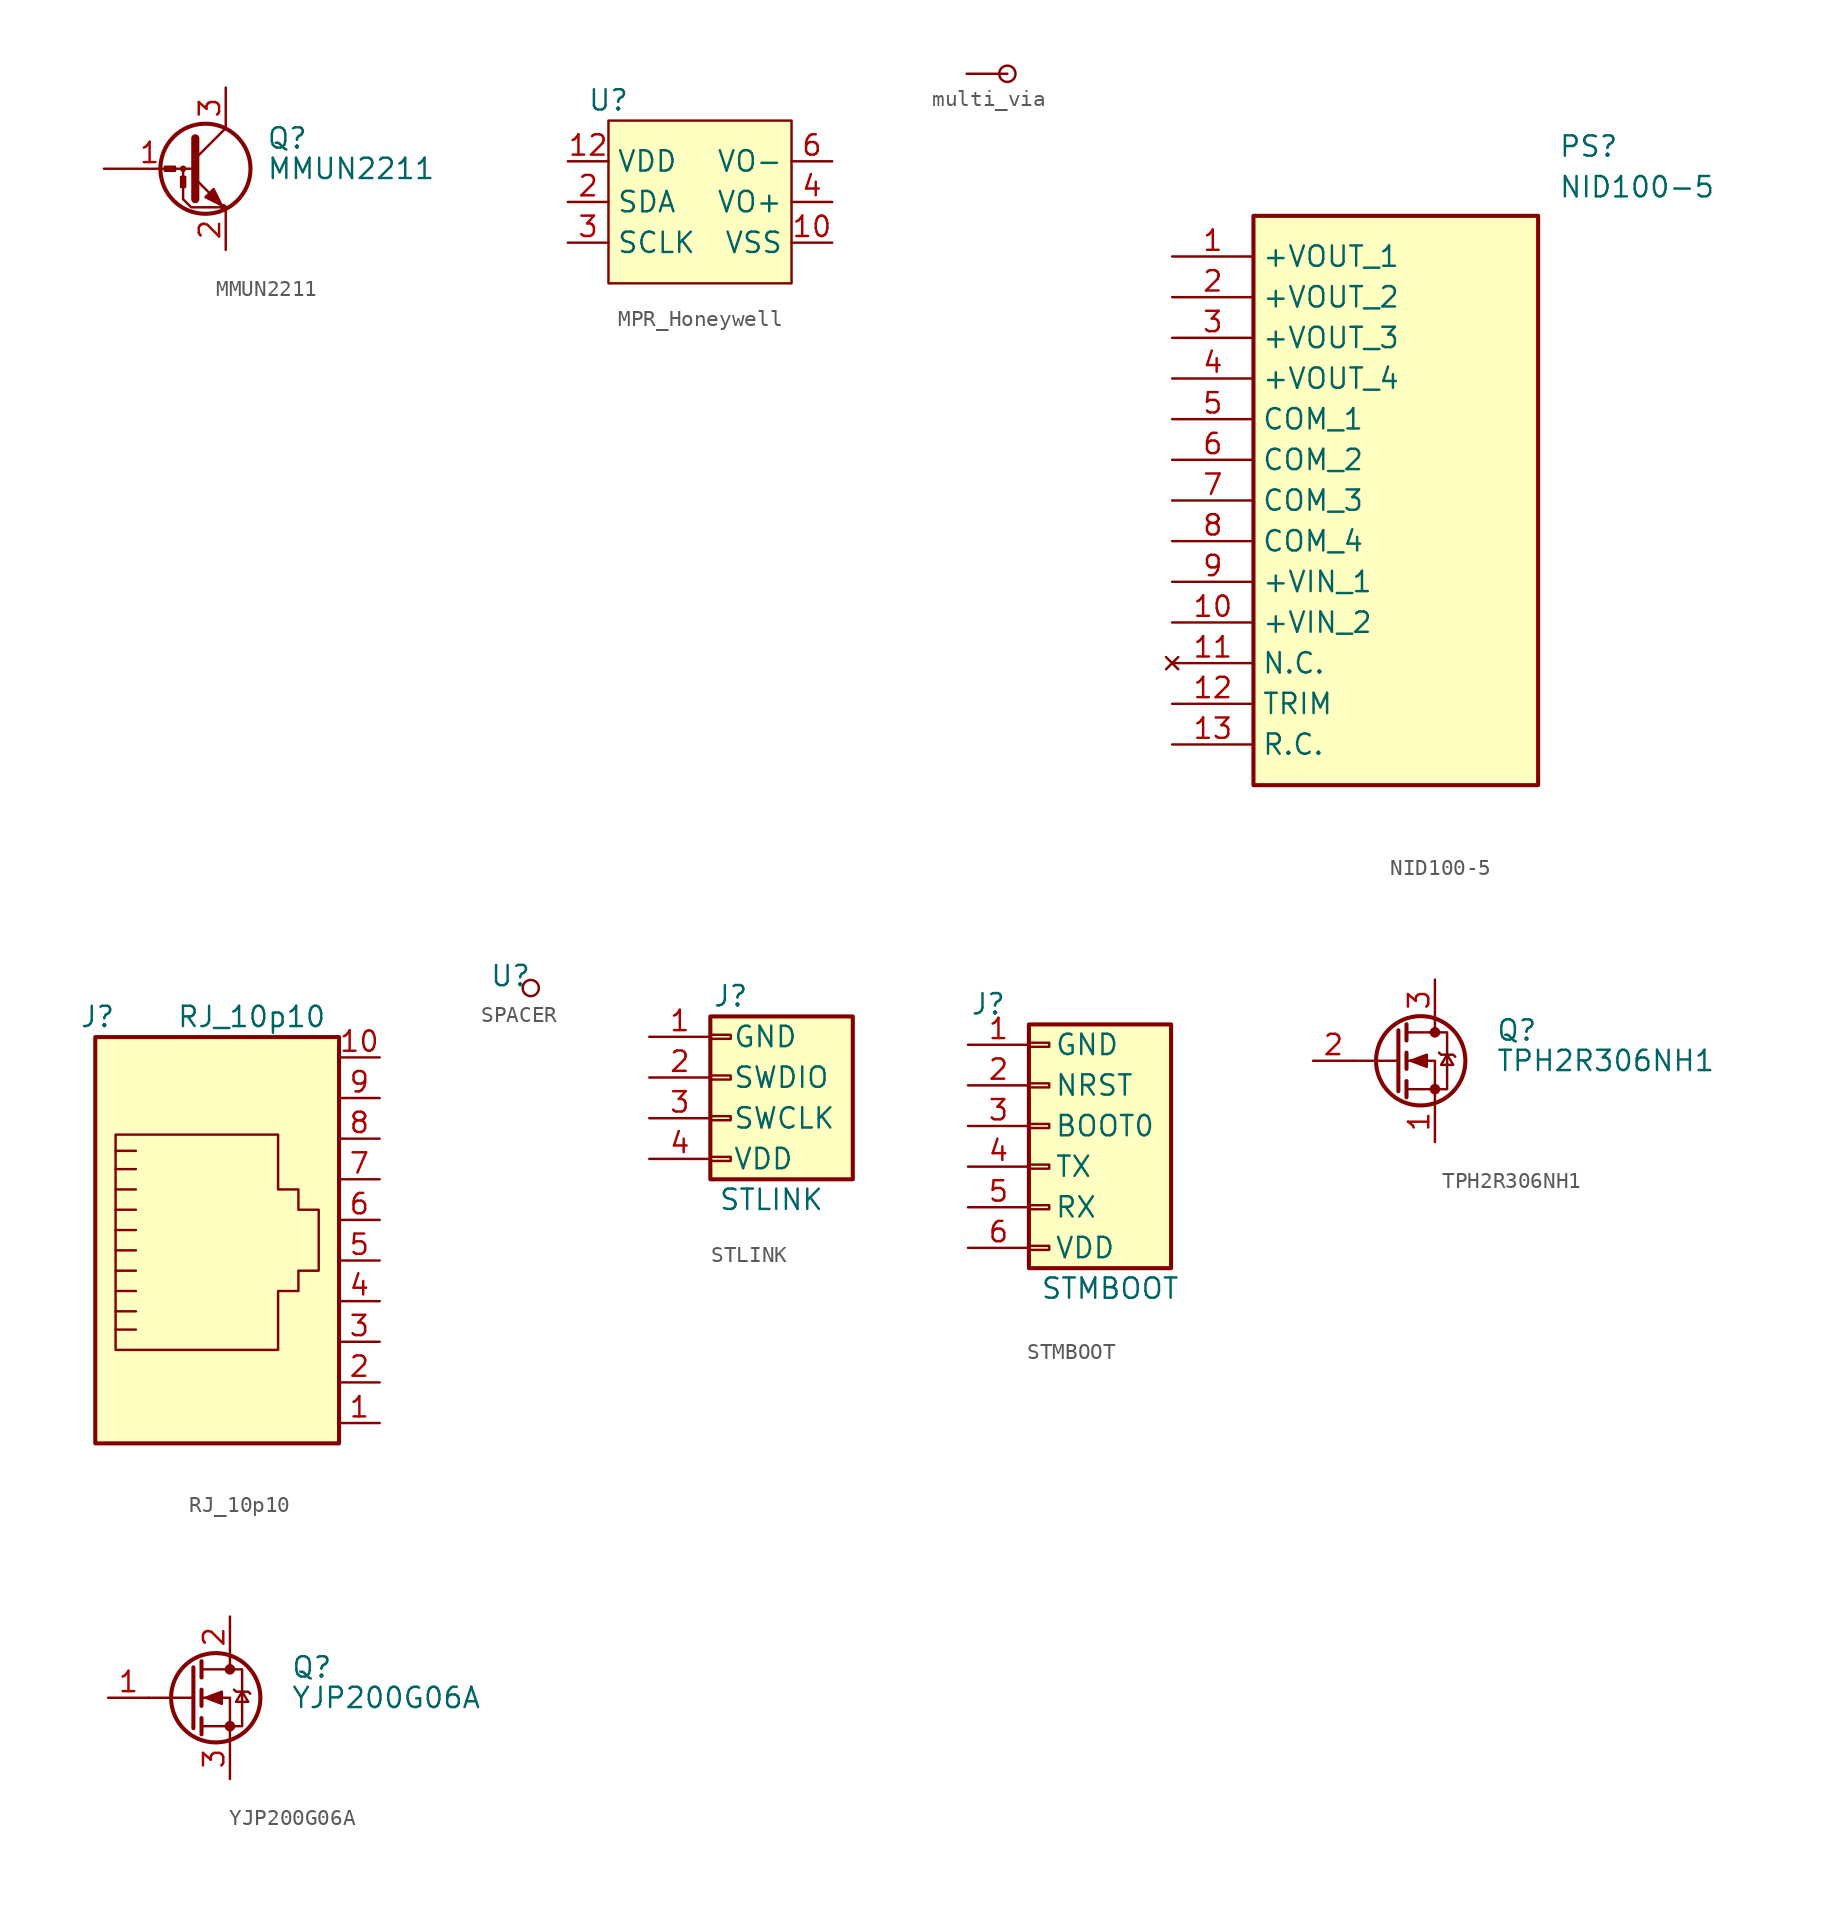
<source format=kicad_sym>
(kicad_symbol_lib
  (version 20231120)
  (generator "kicad_symbol_editor")
  (generator_version "8.0")
  (symbol "MMUN2211"
    (pin_names
      (offset 0) hide)
    (property "Reference" "Q"
      (at 5.08 1.905 0)
      (effects (font (size 1.27 1.27)) (justify left)))
    (property "Value" "MMUN2211"
      (at 5.08 0 0)
      (effects (font (size 1.27 1.27)) (justify left)))
    (symbol "MMUN2211_0_1"
      (circle (center -0.127 0) (radius 0.127) (stroke (width 0) (type default)) (fill (type none)))
      (polyline (pts (xy -0.127 -1.016) (xy -0.127 -0.635)) (stroke (width 0) (type default)) (fill (type none)))
      (polyline (pts (xy 0.635 0.635) (xy 2.54 2.54)) (stroke (width 0) (type default)) (fill (type none)))
      (polyline (pts (xy 0.635 -0.635) (xy 2.54 -2.54) (xy 2.54 -2.54)) (stroke (width 0) (type default)) (fill (type none)))
      (polyline (pts (xy 0.635 1.905) (xy 0.635 -1.905) (xy 0.635 -1.905)) (stroke (width 0.508) (type default)) (fill (type none)))
      (polyline (pts (xy -0.127 -1.143) (xy -0.127 -1.905) (xy 0.381 -2.413) (xy 2.413 -2.413)) (stroke (width 0) (type default)) (fill (type none)))
      (polyline (pts (xy 1.27 -1.778) (xy 1.778 -1.27) (xy 2.286 -2.286) (xy 1.27 -1.778) (xy 1.27 -1.778)) (stroke (width 0) (type default)) (fill (type outline)))
      (polyline (pts (xy -1.27 0) (xy -1.27 0.127) (xy -0.635 0.127) (xy -0.635 -0.127) (xy -1.27 -0.127) (xy -1.27 0)) (stroke (width 0) (type default)) (fill (type none)))
      (polyline (pts (xy -0.127 0) (xy -0.127 -0.508) (xy -0.254 -0.508) (xy -0.254 -1.143) (xy 0 -1.143) (xy 0 -0.508) (xy -0.127 -0.508)) (stroke (width 0) (type default)) (fill (type none)))
      (circle (center 1.27 0) (radius 2.819) (stroke (width 0.254) (type default)) (fill (type none)))
      (circle (center 2.413 -2.413) (radius 0.127) (stroke (width 0) (type default)) (fill (type none))))
    (symbol "MMUN2211_1_1"
      (pin input line (at -5.08 0 0) (length 5.715) (name "B" (effects (font (size 1.27 1.27)))) (number "1" (effects (font (size 1.27 1.27)))))
      (pin passive line (at 2.54 -5.08 90) (length 2.54) (name "E" (effects (font (size 1.27 1.27)))) (number "2" (effects (font (size 1.27 1.27)))))
      (pin passive line (at 2.54 5.08 270) (length 2.54) (name "C" (effects (font (size 1.27 1.27)))) (number "3" (effects (font (size 1.27 1.27)))))))
  (symbol "MPR_Honeywell"
    (property "Reference" "U"
      (at -6.35 6.35 0)
      (effects (font (size 1.27 1.27))))
    (property "Value" ""
      (at 0 0 0)
      (effects (font (size 1.27 1.27))))
    (symbol "MPR_Honeywell_1_1"
      (rectangle (start -6.35 5.08) (end 5.08 -5.08) (stroke (width 0) (type default)) (fill (type background)))
      (pin bidirectional line (at 7.62 -2.54 180) (length 2.54) (name "VSS" (effects (font (size 1.27 1.27)))) (number "10" (effects (font (size 1.27 1.27)))))
      (pin bidirectional line (at -8.89 2.54 0) (length 2.54) (name "VDD" (effects (font (size 1.27 1.27)))) (number "12" (effects (font (size 1.27 1.27)))))
      (pin bidirectional line (at -8.89 0 0) (length 2.54) (name "SDA" (effects (font (size 1.27 1.27)))) (number "2" (effects (font (size 1.27 1.27)))))
      (pin bidirectional line (at -8.89 -2.54 0) (length 2.54) (name "SCLK" (effects (font (size 1.27 1.27)))) (number "3" (effects (font (size 1.27 1.27)))))
      (pin bidirectional line (at 7.62 0 180) (length 2.54) (name "VO+" (effects (font (size 1.27 1.27)))) (number "4" (effects (font (size 1.27 1.27)))))
      (pin bidirectional line (at 7.62 2.54 180) (length 2.54) (name "VO-" (effects (font (size 1.27 1.27)))) (number "6" (effects (font (size 1.27 1.27)))))))
  (symbol "multi_via"
    (pin_numbers hide)
    (pin_names hide)
    (property "Reference" "U"
      (at 0 1.778 0)
      (effects (font (size 1.27 1.27)) (hide yes)))
    (symbol "multi_via_0_1"
      (circle (center 0 0) (radius 0.508) (stroke (width 0) (type default)) (fill (type none))))
    (symbol "multi_via_1_1"
      (pin passive line (at -2.54 0 0) (length 2.54) (name "1" (effects (font (size 1.27 1.27)))) (number "1" (effects (font (size 1.27 1.27)))))))
  (symbol "NID100-5"
    (property "Reference" "PS"
      (at 24.13 7.62 0)
      (effects (font (size 1.27 1.27)) (justify left top)))
    (property "Value" "NID100-5"
      (at 24.13 5.08 0)
      (effects (font (size 1.27 1.27)) (justify left top)))
    (symbol "NID100-5_1_1"
      (rectangle (start 5.08 2.54) (end 22.86 -33.02) (stroke (width 0.254) (type default)) (fill (type background)))
      (pin passive line (at 0 0 0) (length 5.08) (name "+VOUT_1" (effects (font (size 1.27 1.27)))) (number "1" (effects (font (size 1.27 1.27)))))
      (pin passive line (at 0 -22.86 0) (length 5.08) (name "+VIN_2" (effects (font (size 1.27 1.27)))) (number "10" (effects (font (size 1.27 1.27)))))
      (pin no_connect line (at 0 -25.4 0) (length 5.08) (name "N.C." (effects (font (size 1.27 1.27)))) (number "11" (effects (font (size 1.27 1.27)))))
      (pin passive line (at 0 -27.94 0) (length 5.08) (name "TRIM" (effects (font (size 1.27 1.27)))) (number "12" (effects (font (size 1.27 1.27)))))
      (pin passive line (at 0 -30.48 0) (length 5.08) (name "R.C." (effects (font (size 1.27 1.27)))) (number "13" (effects (font (size 1.27 1.27)))))
      (pin passive line (at 0 -2.54 0) (length 5.08) (name "+VOUT_2" (effects (font (size 1.27 1.27)))) (number "2" (effects (font (size 1.27 1.27)))))
      (pin passive line (at 0 -5.08 0) (length 5.08) (name "+VOUT_3" (effects (font (size 1.27 1.27)))) (number "3" (effects (font (size 1.27 1.27)))))
      (pin passive line (at 0 -7.62 0) (length 5.08) (name "+VOUT_4" (effects (font (size 1.27 1.27)))) (number "4" (effects (font (size 1.27 1.27)))))
      (pin passive line (at 0 -10.16 0) (length 5.08) (name "COM_1" (effects (font (size 1.27 1.27)))) (number "5" (effects (font (size 1.27 1.27)))))
      (pin passive line (at 0 -12.7 0) (length 5.08) (name "COM_2" (effects (font (size 1.27 1.27)))) (number "6" (effects (font (size 1.27 1.27)))))
      (pin passive line (at 0 -15.24 0) (length 5.08) (name "COM_3" (effects (font (size 1.27 1.27)))) (number "7" (effects (font (size 1.27 1.27)))))
      (pin passive line (at 0 -17.78 0) (length 5.08) (name "COM_4" (effects (font (size 1.27 1.27)))) (number "8" (effects (font (size 1.27 1.27)))))
      (pin passive line (at 0 -20.32 0) (length 5.08) (name "+VIN_1" (effects (font (size 1.27 1.27)))) (number "9" (effects (font (size 1.27 1.27)))))))
  (symbol "RJ_10p10"
    (pin_names
      (offset 1.016))
    (property "Reference" "J"
      (at -6.35 15.24 0)
      (effects (font (size 1.27 1.27)) (justify right)))
    (property "Value" "RJ_10p10"
      (at -2.54 15.24 0)
      (effects (font (size 1.27 1.27)) (justify left)))
    (symbol "RJ_10p10_0_1"
      (rectangle (start -7.62 13.97) (end 7.62 -11.43) (stroke (width 0.254) (type default)) (fill (type background)))
      (polyline (pts (xy -5.08 -4.318) (xy -6.35 -4.318)) (stroke (width 0) (type default)) (fill (type none)))
      (polyline (pts (xy -5.08 4.445) (xy -6.35 4.445)) (stroke (width 0) (type default)) (fill (type none)))
      (polyline (pts (xy -5.08 5.715) (xy -6.35 5.715)) (stroke (width 0) (type default)) (fill (type none)))
      (polyline (pts (xy -5.08 6.858) (xy -6.35 6.858)) (stroke (width 0) (type default)) (fill (type none)))
      (polyline (pts (xy -6.35 -3.175) (xy -5.08 -3.175) (xy -5.08 -3.175)) (stroke (width 0) (type default)) (fill (type none)))
      (polyline (pts (xy -6.35 -1.905) (xy -5.08 -1.905) (xy -5.08 -1.905)) (stroke (width 0) (type default)) (fill (type none)))
      (polyline (pts (xy -6.35 -0.635) (xy -5.08 -0.635) (xy -5.08 -0.635)) (stroke (width 0) (type default)) (fill (type none)))
      (polyline (pts (xy -6.35 0.635) (xy -5.08 0.635) (xy -5.08 0.635)) (stroke (width 0) (type default)) (fill (type none)))
      (polyline (pts (xy -6.35 1.905) (xy -5.08 1.905) (xy -5.08 1.905)) (stroke (width 0) (type default)) (fill (type none)))
      (polyline (pts (xy -5.08 3.175) (xy -6.35 3.175) (xy -6.35 3.175)) (stroke (width 0) (type default)) (fill (type none)))
      (polyline (pts (xy -6.35 -5.588) (xy -6.35 7.874) (xy 3.81 7.874) (xy 3.81 4.445) (xy 5.08 4.445) (xy 5.08 3.175) (xy 6.35 3.175) (xy 6.35 -0.635) (xy 5.08 -0.635) (xy 5.08 -1.905) (xy 3.81 -1.905) (xy 3.81 -5.588) (xy -6.35 -5.588) (xy -6.35 -5.588)) (stroke (width 0) (type default)) (fill (type none))))
    (symbol "RJ_10p10_1_1"
      (pin passive line (at 10.16 -10.16 180) (length 2.54) (name "~" (effects (font (size 1.27 1.27)))) (number "1" (effects (font (size 1.27 1.27)))))
      (pin passive line (at 10.16 12.7 180) (length 2.54) (name "~" (effects (font (size 1.27 1.27)))) (number "10" (effects (font (size 1.27 1.27)))))
      (pin passive line (at 10.16 -7.62 180) (length 2.54) (name "~" (effects (font (size 1.27 1.27)))) (number "2" (effects (font (size 1.27 1.27)))))
      (pin passive line (at 10.16 -5.08 180) (length 2.54) (name "~" (effects (font (size 1.27 1.27)))) (number "3" (effects (font (size 1.27 1.27)))))
      (pin passive line (at 10.16 -2.54 180) (length 2.54) (name "~" (effects (font (size 1.27 1.27)))) (number "4" (effects (font (size 1.27 1.27)))))
      (pin passive line (at 10.16 0 180) (length 2.54) (name "~" (effects (font (size 1.27 1.27)))) (number "5" (effects (font (size 1.27 1.27)))))
      (pin passive line (at 10.16 2.54 180) (length 2.54) (name "~" (effects (font (size 1.27 1.27)))) (number "6" (effects (font (size 1.27 1.27)))))
      (pin passive line (at 10.16 5.08 180) (length 2.54) (name "~" (effects (font (size 1.27 1.27)))) (number "7" (effects (font (size 1.27 1.27)))))
      (pin passive line (at 10.16 7.62 180) (length 2.54) (name "~" (effects (font (size 1.27 1.27)))) (number "8" (effects (font (size 1.27 1.27)))))
      (pin passive line (at 10.16 10.16 180) (length 2.54) (name "~" (effects (font (size 1.27 1.27)))) (number "9" (effects (font (size 1.27 1.27)))))))
  (symbol "SPACER"
    (property "Reference" "U"
      (at -1.27 0.762 0)
      (effects (font (size 1.27 1.27))))
    (property "Value" ""
      (at 0 0 0)
      (effects (font (size 1.27 1.27))))
    (symbol "SPACER_0_1"
      (circle (center 0 0) (radius 0.508) (stroke (width 0) (type default)) (fill (type none)))))
  (symbol "STLINK"
    (pin_names
      (offset 1.4))
    (property "Reference" "J"
      (at -3.81 6.35 0)
      (effects (font (size 1.27 1.27))))
    (property "Value" "STLINK"
      (at -1.27 -6.35 0)
      (effects (font (size 1.27 1.27))))
    (symbol "STLINK_1_1"
      (rectangle (start -5.08 -3.683) (end -3.81 -3.937) (stroke (width 0.152) (type default)) (fill (type none)))
      (rectangle (start -5.08 -1.143) (end -3.81 -1.397) (stroke (width 0.152) (type default)) (fill (type none)))
      (rectangle (start -5.08 1.397) (end -3.81 1.143) (stroke (width 0.152) (type default)) (fill (type none)))
      (rectangle (start -5.08 3.937) (end -3.81 3.683) (stroke (width 0.152) (type default)) (fill (type none)))
      (rectangle (start -5.08 5.08) (end 3.81 -5.08) (stroke (width 0.254) (type default)) (fill (type background)))
      (pin input line (at -8.89 3.81 0) (length 3.81) (name "GND" (effects (font (size 1.27 1.27)))) (number "1" (effects (font (size 1.27 1.27)))))
      (pin bidirectional line (at -8.89 1.27 0) (length 3.81) (name "SWDIO" (effects (font (size 1.27 1.27)))) (number "2" (effects (font (size 1.27 1.27)))))
      (pin bidirectional line (at -8.89 -1.27 0) (length 3.81) (name "SWCLK" (effects (font (size 1.27 1.27)))) (number "3" (effects (font (size 1.27 1.27)))))
      (pin power_in line (at -8.89 -3.81 0) (length 3.81) (name "VDD" (effects (font (size 1.27 1.27)))) (number "4" (effects (font (size 1.27 1.27)))))))
  (symbol "STMBOOT"
    (pin_names
      (offset 1.6))
    (property "Reference" "J"
      (at -6.35 8.89 0)
      (effects (font (size 1.27 1.27))))
    (property "Value" "STMBOOT"
      (at 1.27 -8.89 0)
      (effects (font (size 1.27 1.27))))
    (symbol "STMBOOT_1_1"
      (rectangle (start -3.81 -6.223) (end -2.54 -6.477) (stroke (width 0.152) (type default)) (fill (type none)))
      (rectangle (start -3.81 -3.683) (end -2.54 -3.937) (stroke (width 0.152) (type default)) (fill (type none)))
      (rectangle (start -3.81 -1.143) (end -2.54 -1.397) (stroke (width 0.152) (type default)) (fill (type none)))
      (rectangle (start -3.81 1.397) (end -2.54 1.143) (stroke (width 0.152) (type default)) (fill (type none)))
      (rectangle (start -3.81 3.937) (end -2.54 3.683) (stroke (width 0.152) (type default)) (fill (type none)))
      (rectangle (start -3.81 6.477) (end -2.54 6.223) (stroke (width 0.152) (type default)) (fill (type none)))
      (rectangle (start -3.81 7.62) (end 5.08 -7.62) (stroke (width 0.254) (type default)) (fill (type background)))
      (pin passive line (at -7.62 6.35 0) (length 3.81) (name "GND" (effects (font (size 1.27 1.27)))) (number "1" (effects (font (size 1.27 1.27)))))
      (pin passive line (at -7.62 3.81 0) (length 3.81) (name "NRST" (effects (font (size 1.27 1.27)))) (number "2" (effects (font (size 1.27 1.27)))))
      (pin passive line (at -7.62 1.27 0) (length 3.81) (name "BOOT0" (effects (font (size 1.27 1.27)))) (number "3" (effects (font (size 1.27 1.27)))))
      (pin passive line (at -7.62 -1.27 0) (length 3.81) (name "TX" (effects (font (size 1.27 1.27)))) (number "4" (effects (font (size 1.27 1.27)))))
      (pin passive line (at -7.62 -3.81 0) (length 3.81) (name "RX" (effects (font (size 1.27 1.27)))) (number "5" (effects (font (size 1.27 1.27)))))
      (pin passive line (at -7.62 -6.35 0) (length 3.81) (name "VDD" (effects (font (size 1.27 1.27)))) (number "6" (effects (font (size 1.27 1.27)))))))
  (symbol "TPH2R306NH1"
    (pin_names hide)
    (property "Reference" "Q"
      (at 6.35 1.905 0)
      (effects (font (size 1.27 1.27)) (justify left)))
    (property "Value" "TPH2R306NH1"
      (at 6.35 0 0)
      (effects (font (size 1.27 1.27)) (justify left)))
    (symbol "TPH2R306NH1_0_1"
      (polyline (pts (xy 0.254 0) (xy -2.54 0)) (stroke (width 0) (type default)) (fill (type none)))
      (polyline (pts (xy 0.254 1.905) (xy 0.254 -1.905)) (stroke (width 0.254) (type default)) (fill (type none)))
      (polyline (pts (xy 0.762 -1.27) (xy 0.762 -2.286)) (stroke (width 0.254) (type default)) (fill (type none)))
      (polyline (pts (xy 0.762 0.508) (xy 0.762 -0.508)) (stroke (width 0.254) (type default)) (fill (type none)))
      (polyline (pts (xy 0.762 2.286) (xy 0.762 1.27)) (stroke (width 0.254) (type default)) (fill (type none)))
      (polyline (pts (xy 2.54 2.54) (xy 2.54 1.778)) (stroke (width 0) (type default)) (fill (type none)))
      (polyline (pts (xy 2.54 -2.54) (xy 2.54 0) (xy 0.762 0)) (stroke (width 0) (type default)) (fill (type none)))
      (polyline (pts (xy 0.762 -1.778) (xy 3.302 -1.778) (xy 3.302 1.778) (xy 0.762 1.778)) (stroke (width 0) (type default)) (fill (type none)))
      (polyline (pts (xy 1.016 0) (xy 2.032 0.381) (xy 2.032 -0.381) (xy 1.016 0)) (stroke (width 0) (type default)) (fill (type outline)))
      (polyline (pts (xy 2.794 0.508) (xy 2.921 0.381) (xy 3.683 0.381) (xy 3.81 0.254)) (stroke (width 0) (type default)) (fill (type none)))
      (polyline (pts (xy 3.302 0.381) (xy 2.921 -0.254) (xy 3.683 -0.254) (xy 3.302 0.381)) (stroke (width 0) (type default)) (fill (type none)))
      (circle (center 1.651 0) (radius 2.794) (stroke (width 0.254) (type default)) (fill (type none)))
      (circle (center 2.54 -1.778) (radius 0.254) (stroke (width 0) (type default)) (fill (type outline)))
      (circle (center 2.54 1.778) (radius 0.254) (stroke (width 0) (type default)) (fill (type outline))))
    (symbol "TPH2R306NH1_1_1"
      (pin input line (at 2.54 -5.08 90) (length 2.54) (name "S" (effects (font (size 1.27 1.27)))) (number "1" (effects (font (size 1.27 1.27)))))
      (pin passive line (at -5.08 0 0) (length 2.54) (name "G" (effects (font (size 1.27 1.27)))) (number "2" (effects (font (size 1.27 1.27)))))
      (pin passive line (at 2.54 5.08 270) (length 2.54) (name "D" (effects (font (size 1.27 1.27)))) (number "3" (effects (font (size 1.27 1.27)))))))
  (symbol "YJP200G06A"
    (pin_names hide)
    (property "Reference" "Q"
      (at 6.35 1.905 0)
      (effects (font (size 1.27 1.27)) (justify left)))
    (property "Value" "YJP200G06A"
      (at 6.35 0 0)
      (effects (font (size 1.27 1.27)) (justify left)))
    (symbol "YJP200G06A_0_1"
      (polyline (pts (xy 0.254 0) (xy -2.54 0)) (stroke (width 0) (type default)) (fill (type none)))
      (polyline (pts (xy 0.254 1.905) (xy 0.254 -1.905)) (stroke (width 0.254) (type default)) (fill (type none)))
      (polyline (pts (xy 0.762 -1.27) (xy 0.762 -2.286)) (stroke (width 0.254) (type default)) (fill (type none)))
      (polyline (pts (xy 0.762 0.508) (xy 0.762 -0.508)) (stroke (width 0.254) (type default)) (fill (type none)))
      (polyline (pts (xy 0.762 2.286) (xy 0.762 1.27)) (stroke (width 0.254) (type default)) (fill (type none)))
      (polyline (pts (xy 2.54 2.54) (xy 2.54 1.778)) (stroke (width 0) (type default)) (fill (type none)))
      (polyline (pts (xy 2.54 -2.54) (xy 2.54 0) (xy 0.762 0)) (stroke (width 0) (type default)) (fill (type none)))
      (polyline (pts (xy 0.762 -1.778) (xy 3.302 -1.778) (xy 3.302 1.778) (xy 0.762 1.778)) (stroke (width 0) (type default)) (fill (type none)))
      (polyline (pts (xy 1.016 0) (xy 2.032 0.381) (xy 2.032 -0.381) (xy 1.016 0)) (stroke (width 0) (type default)) (fill (type outline)))
      (polyline (pts (xy 2.794 0.508) (xy 2.921 0.381) (xy 3.683 0.381) (xy 3.81 0.254)) (stroke (width 0) (type default)) (fill (type none)))
      (polyline (pts (xy 3.302 0.381) (xy 2.921 -0.254) (xy 3.683 -0.254) (xy 3.302 0.381)) (stroke (width 0) (type default)) (fill (type none)))
      (circle (center 1.651 0) (radius 2.794) (stroke (width 0.254) (type default)) (fill (type none)))
      (circle (center 2.54 -1.778) (radius 0.254) (stroke (width 0) (type default)) (fill (type outline)))
      (circle (center 2.54 1.778) (radius 0.254) (stroke (width 0) (type default)) (fill (type outline))))
    (symbol "YJP200G06A_1_1"
      (pin input line (at -5.08 0 0) (length 2.54) (name "G" (effects (font (size 1.27 1.27)))) (number "1" (effects (font (size 1.27 1.27)))))
      (pin passive line (at 2.54 5.08 270) (length 2.54) (name "D" (effects (font (size 1.27 1.27)))) (number "2" (effects (font (size 1.27 1.27)))))
      (pin passive line (at 2.54 -5.08 90) (length 2.54) (name "S" (effects (font (size 1.27 1.27)))) (number "3" (effects (font (size 1.27 1.27))))))))
</source>
